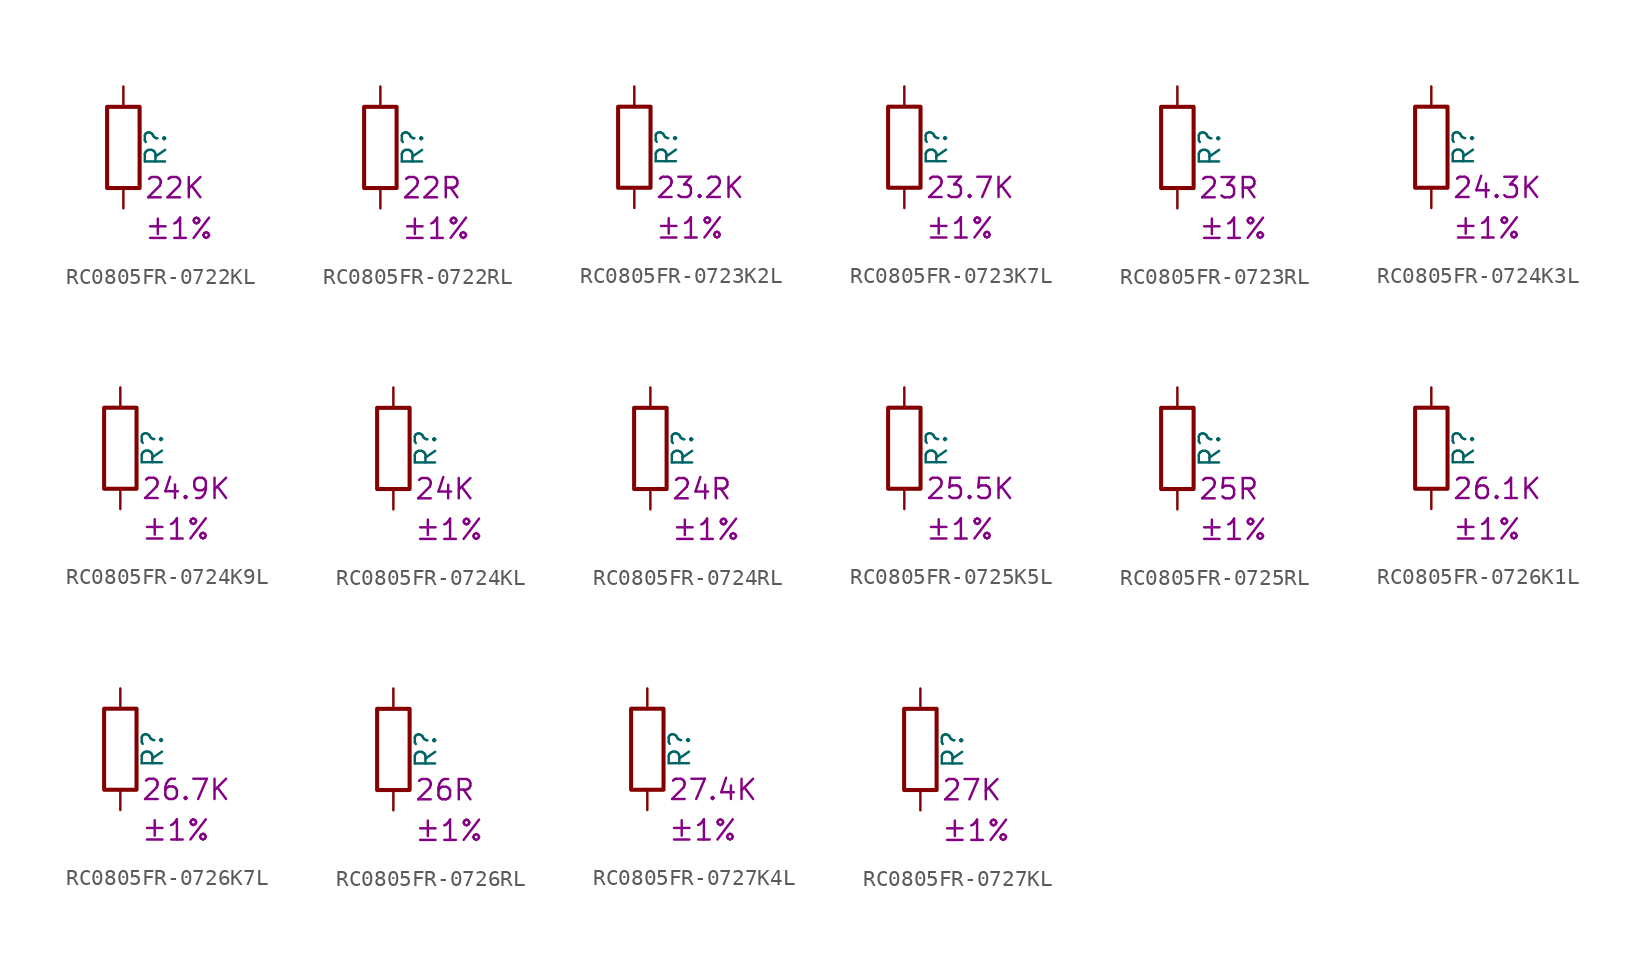
<source format=kicad_sym>
(kicad_symbol_lib
  (version 20220914)
  (generator kicad_symbol_editor)
  (symbol "RC0805FR-0722KL"
    (pin_numbers hide)
    (pin_names
      (offset 0))
    (property "Reference" "R"
      (at 2.032 0 90)
      (effects (font (size 1.27 1.27))))
    (property "Resistance" "22K"
      (at 1.27 -2.54 0)
      (effects (font (size 1.27 1.27)) (justify left)))
    (property "Tolerance" "±1%"
      (at 1.27 -5.08 0)
      (effects (font (size 1.27 1.27)) (justify left)))
    (symbol "RC0805FR-0722KL_0_1"
      (rectangle (start -1.016 -2.54) (end 1.016 2.54) (stroke (width 0.254) (type default)) (fill (type none))))
    (symbol "RC0805FR-0722KL_1_1"
      (pin passive line (at 0 3.81 270) (length 1.27) (name "~" (effects (font (size 1.27 1.27)))) (number "1" (effects (font (size 1.27 1.27)))))
      (pin passive line (at 0 -3.81 90) (length 1.27) (name "~" (effects (font (size 1.27 1.27)))) (number "2" (effects (font (size 1.27 1.27)))))))
  (symbol "RC0805FR-0722RL"
    (pin_numbers hide)
    (pin_names
      (offset 0))
    (property "Reference" "R"
      (at 2.032 0 90)
      (effects (font (size 1.27 1.27))))
    (property "Resistance" "22R"
      (at 1.27 -2.54 0)
      (effects (font (size 1.27 1.27)) (justify left)))
    (property "Tolerance" "±1%"
      (at 1.27 -5.08 0)
      (effects (font (size 1.27 1.27)) (justify left)))
    (symbol "RC0805FR-0722RL_0_1"
      (rectangle (start -1.016 -2.54) (end 1.016 2.54) (stroke (width 0.254) (type default)) (fill (type none))))
    (symbol "RC0805FR-0722RL_1_1"
      (pin passive line (at 0 3.81 270) (length 1.27) (name "~" (effects (font (size 1.27 1.27)))) (number "1" (effects (font (size 1.27 1.27)))))
      (pin passive line (at 0 -3.81 90) (length 1.27) (name "~" (effects (font (size 1.27 1.27)))) (number "2" (effects (font (size 1.27 1.27)))))))
  (symbol "RC0805FR-0723K2L"
    (pin_numbers hide)
    (pin_names
      (offset 0))
    (property "Reference" "R"
      (at 2.032 0 90)
      (effects (font (size 1.27 1.27))))
    (property "Resistance" "23.2K"
      (at 1.27 -2.54 0)
      (effects (font (size 1.27 1.27)) (justify left)))
    (property "Tolerance" "±1%"
      (at 1.27 -5.08 0)
      (effects (font (size 1.27 1.27)) (justify left)))
    (symbol "RC0805FR-0723K2L_0_1"
      (rectangle (start -1.016 -2.54) (end 1.016 2.54) (stroke (width 0.254) (type default)) (fill (type none))))
    (symbol "RC0805FR-0723K2L_1_1"
      (pin passive line (at 0 3.81 270) (length 1.27) (name "~" (effects (font (size 1.27 1.27)))) (number "1" (effects (font (size 1.27 1.27)))))
      (pin passive line (at 0 -3.81 90) (length 1.27) (name "~" (effects (font (size 1.27 1.27)))) (number "2" (effects (font (size 1.27 1.27)))))))
  (symbol "RC0805FR-0723K7L"
    (pin_numbers hide)
    (pin_names
      (offset 0))
    (property "Reference" "R"
      (at 2.032 0 90)
      (effects (font (size 1.27 1.27))))
    (property "Resistance" "23.7K"
      (at 1.27 -2.54 0)
      (effects (font (size 1.27 1.27)) (justify left)))
    (property "Tolerance" "±1%"
      (at 1.27 -5.08 0)
      (effects (font (size 1.27 1.27)) (justify left)))
    (symbol "RC0805FR-0723K7L_0_1"
      (rectangle (start -1.016 -2.54) (end 1.016 2.54) (stroke (width 0.254) (type default)) (fill (type none))))
    (symbol "RC0805FR-0723K7L_1_1"
      (pin passive line (at 0 3.81 270) (length 1.27) (name "~" (effects (font (size 1.27 1.27)))) (number "1" (effects (font (size 1.27 1.27)))))
      (pin passive line (at 0 -3.81 90) (length 1.27) (name "~" (effects (font (size 1.27 1.27)))) (number "2" (effects (font (size 1.27 1.27)))))))
  (symbol "RC0805FR-0723RL"
    (pin_numbers hide)
    (pin_names
      (offset 0))
    (property "Reference" "R"
      (at 2.032 0 90)
      (effects (font (size 1.27 1.27))))
    (property "Resistance" "23R"
      (at 1.27 -2.54 0)
      (effects (font (size 1.27 1.27)) (justify left)))
    (property "Tolerance" "±1%"
      (at 1.27 -5.08 0)
      (effects (font (size 1.27 1.27)) (justify left)))
    (symbol "RC0805FR-0723RL_0_1"
      (rectangle (start -1.016 -2.54) (end 1.016 2.54) (stroke (width 0.254) (type default)) (fill (type none))))
    (symbol "RC0805FR-0723RL_1_1"
      (pin passive line (at 0 3.81 270) (length 1.27) (name "~" (effects (font (size 1.27 1.27)))) (number "1" (effects (font (size 1.27 1.27)))))
      (pin passive line (at 0 -3.81 90) (length 1.27) (name "~" (effects (font (size 1.27 1.27)))) (number "2" (effects (font (size 1.27 1.27)))))))
  (symbol "RC0805FR-0724K3L"
    (pin_numbers hide)
    (pin_names
      (offset 0))
    (property "Reference" "R"
      (at 2.032 0 90)
      (effects (font (size 1.27 1.27))))
    (property "Resistance" "24.3K"
      (at 1.27 -2.54 0)
      (effects (font (size 1.27 1.27)) (justify left)))
    (property "Tolerance" "±1%"
      (at 1.27 -5.08 0)
      (effects (font (size 1.27 1.27)) (justify left)))
    (symbol "RC0805FR-0724K3L_0_1"
      (rectangle (start -1.016 -2.54) (end 1.016 2.54) (stroke (width 0.254) (type default)) (fill (type none))))
    (symbol "RC0805FR-0724K3L_1_1"
      (pin passive line (at 0 3.81 270) (length 1.27) (name "~" (effects (font (size 1.27 1.27)))) (number "1" (effects (font (size 1.27 1.27)))))
      (pin passive line (at 0 -3.81 90) (length 1.27) (name "~" (effects (font (size 1.27 1.27)))) (number "2" (effects (font (size 1.27 1.27)))))))
  (symbol "RC0805FR-0724K9L"
    (pin_numbers hide)
    (pin_names
      (offset 0))
    (property "Reference" "R"
      (at 2.032 0 90)
      (effects (font (size 1.27 1.27))))
    (property "Resistance" "24.9K"
      (at 1.27 -2.54 0)
      (effects (font (size 1.27 1.27)) (justify left)))
    (property "Tolerance" "±1%"
      (at 1.27 -5.08 0)
      (effects (font (size 1.27 1.27)) (justify left)))
    (symbol "RC0805FR-0724K9L_0_1"
      (rectangle (start -1.016 -2.54) (end 1.016 2.54) (stroke (width 0.254) (type default)) (fill (type none))))
    (symbol "RC0805FR-0724K9L_1_1"
      (pin passive line (at 0 3.81 270) (length 1.27) (name "~" (effects (font (size 1.27 1.27)))) (number "1" (effects (font (size 1.27 1.27)))))
      (pin passive line (at 0 -3.81 90) (length 1.27) (name "~" (effects (font (size 1.27 1.27)))) (number "2" (effects (font (size 1.27 1.27)))))))
  (symbol "RC0805FR-0724KL"
    (pin_numbers hide)
    (pin_names
      (offset 0))
    (property "Reference" "R"
      (at 2.032 0 90)
      (effects (font (size 1.27 1.27))))
    (property "Resistance" "24K"
      (at 1.27 -2.54 0)
      (effects (font (size 1.27 1.27)) (justify left)))
    (property "Tolerance" "±1%"
      (at 1.27 -5.08 0)
      (effects (font (size 1.27 1.27)) (justify left)))
    (symbol "RC0805FR-0724KL_0_1"
      (rectangle (start -1.016 -2.54) (end 1.016 2.54) (stroke (width 0.254) (type default)) (fill (type none))))
    (symbol "RC0805FR-0724KL_1_1"
      (pin passive line (at 0 3.81 270) (length 1.27) (name "~" (effects (font (size 1.27 1.27)))) (number "1" (effects (font (size 1.27 1.27)))))
      (pin passive line (at 0 -3.81 90) (length 1.27) (name "~" (effects (font (size 1.27 1.27)))) (number "2" (effects (font (size 1.27 1.27)))))))
  (symbol "RC0805FR-0724RL"
    (pin_numbers hide)
    (pin_names
      (offset 0))
    (property "Reference" "R"
      (at 2.032 0 90)
      (effects (font (size 1.27 1.27))))
    (property "Resistance" "24R"
      (at 1.27 -2.54 0)
      (effects (font (size 1.27 1.27)) (justify left)))
    (property "Tolerance" "±1%"
      (at 1.27 -5.08 0)
      (effects (font (size 1.27 1.27)) (justify left)))
    (symbol "RC0805FR-0724RL_0_1"
      (rectangle (start -1.016 -2.54) (end 1.016 2.54) (stroke (width 0.254) (type default)) (fill (type none))))
    (symbol "RC0805FR-0724RL_1_1"
      (pin passive line (at 0 3.81 270) (length 1.27) (name "~" (effects (font (size 1.27 1.27)))) (number "1" (effects (font (size 1.27 1.27)))))
      (pin passive line (at 0 -3.81 90) (length 1.27) (name "~" (effects (font (size 1.27 1.27)))) (number "2" (effects (font (size 1.27 1.27)))))))
  (symbol "RC0805FR-0725K5L"
    (pin_numbers hide)
    (pin_names
      (offset 0))
    (property "Reference" "R"
      (at 2.032 0 90)
      (effects (font (size 1.27 1.27))))
    (property "Resistance" "25.5K"
      (at 1.27 -2.54 0)
      (effects (font (size 1.27 1.27)) (justify left)))
    (property "Tolerance" "±1%"
      (at 1.27 -5.08 0)
      (effects (font (size 1.27 1.27)) (justify left)))
    (symbol "RC0805FR-0725K5L_0_1"
      (rectangle (start -1.016 -2.54) (end 1.016 2.54) (stroke (width 0.254) (type default)) (fill (type none))))
    (symbol "RC0805FR-0725K5L_1_1"
      (pin passive line (at 0 3.81 270) (length 1.27) (name "~" (effects (font (size 1.27 1.27)))) (number "1" (effects (font (size 1.27 1.27)))))
      (pin passive line (at 0 -3.81 90) (length 1.27) (name "~" (effects (font (size 1.27 1.27)))) (number "2" (effects (font (size 1.27 1.27)))))))
  (symbol "RC0805FR-0725RL"
    (pin_numbers hide)
    (pin_names
      (offset 0))
    (property "Reference" "R"
      (at 2.032 0 90)
      (effects (font (size 1.27 1.27))))
    (property "Resistance" "25R"
      (at 1.27 -2.54 0)
      (effects (font (size 1.27 1.27)) (justify left)))
    (property "Tolerance" "±1%"
      (at 1.27 -5.08 0)
      (effects (font (size 1.27 1.27)) (justify left)))
    (symbol "RC0805FR-0725RL_0_1"
      (rectangle (start -1.016 -2.54) (end 1.016 2.54) (stroke (width 0.254) (type default)) (fill (type none))))
    (symbol "RC0805FR-0725RL_1_1"
      (pin passive line (at 0 3.81 270) (length 1.27) (name "~" (effects (font (size 1.27 1.27)))) (number "1" (effects (font (size 1.27 1.27)))))
      (pin passive line (at 0 -3.81 90) (length 1.27) (name "~" (effects (font (size 1.27 1.27)))) (number "2" (effects (font (size 1.27 1.27)))))))
  (symbol "RC0805FR-0726K1L"
    (pin_numbers hide)
    (pin_names
      (offset 0))
    (property "Reference" "R"
      (at 2.032 0 90)
      (effects (font (size 1.27 1.27))))
    (property "Resistance" "26.1K"
      (at 1.27 -2.54 0)
      (effects (font (size 1.27 1.27)) (justify left)))
    (property "Tolerance" "±1%"
      (at 1.27 -5.08 0)
      (effects (font (size 1.27 1.27)) (justify left)))
    (symbol "RC0805FR-0726K1L_0_1"
      (rectangle (start -1.016 -2.54) (end 1.016 2.54) (stroke (width 0.254) (type default)) (fill (type none))))
    (symbol "RC0805FR-0726K1L_1_1"
      (pin passive line (at 0 3.81 270) (length 1.27) (name "~" (effects (font (size 1.27 1.27)))) (number "1" (effects (font (size 1.27 1.27)))))
      (pin passive line (at 0 -3.81 90) (length 1.27) (name "~" (effects (font (size 1.27 1.27)))) (number "2" (effects (font (size 1.27 1.27)))))))
  (symbol "RC0805FR-0726K7L"
    (pin_numbers hide)
    (pin_names
      (offset 0))
    (property "Reference" "R"
      (at 2.032 0 90)
      (effects (font (size 1.27 1.27))))
    (property "Resistance" "26.7K"
      (at 1.27 -2.54 0)
      (effects (font (size 1.27 1.27)) (justify left)))
    (property "Tolerance" "±1%"
      (at 1.27 -5.08 0)
      (effects (font (size 1.27 1.27)) (justify left)))
    (symbol "RC0805FR-0726K7L_0_1"
      (rectangle (start -1.016 -2.54) (end 1.016 2.54) (stroke (width 0.254) (type default)) (fill (type none))))
    (symbol "RC0805FR-0726K7L_1_1"
      (pin passive line (at 0 3.81 270) (length 1.27) (name "~" (effects (font (size 1.27 1.27)))) (number "1" (effects (font (size 1.27 1.27)))))
      (pin passive line (at 0 -3.81 90) (length 1.27) (name "~" (effects (font (size 1.27 1.27)))) (number "2" (effects (font (size 1.27 1.27)))))))
  (symbol "RC0805FR-0726RL"
    (pin_numbers hide)
    (pin_names
      (offset 0))
    (property "Reference" "R"
      (at 2.032 0 90)
      (effects (font (size 1.27 1.27))))
    (property "Resistance" "26R"
      (at 1.27 -2.54 0)
      (effects (font (size 1.27 1.27)) (justify left)))
    (property "Tolerance" "±1%"
      (at 1.27 -5.08 0)
      (effects (font (size 1.27 1.27)) (justify left)))
    (symbol "RC0805FR-0726RL_0_1"
      (rectangle (start -1.016 -2.54) (end 1.016 2.54) (stroke (width 0.254) (type default)) (fill (type none))))
    (symbol "RC0805FR-0726RL_1_1"
      (pin passive line (at 0 3.81 270) (length 1.27) (name "~" (effects (font (size 1.27 1.27)))) (number "1" (effects (font (size 1.27 1.27)))))
      (pin passive line (at 0 -3.81 90) (length 1.27) (name "~" (effects (font (size 1.27 1.27)))) (number "2" (effects (font (size 1.27 1.27)))))))
  (symbol "RC0805FR-0727K4L"
    (pin_numbers hide)
    (pin_names
      (offset 0))
    (property "Reference" "R"
      (at 2.032 0 90)
      (effects (font (size 1.27 1.27))))
    (property "Resistance" "27.4K"
      (at 1.27 -2.54 0)
      (effects (font (size 1.27 1.27)) (justify left)))
    (property "Tolerance" "±1%"
      (at 1.27 -5.08 0)
      (effects (font (size 1.27 1.27)) (justify left)))
    (symbol "RC0805FR-0727K4L_0_1"
      (rectangle (start -1.016 -2.54) (end 1.016 2.54) (stroke (width 0.254) (type default)) (fill (type none))))
    (symbol "RC0805FR-0727K4L_1_1"
      (pin passive line (at 0 3.81 270) (length 1.27) (name "~" (effects (font (size 1.27 1.27)))) (number "1" (effects (font (size 1.27 1.27)))))
      (pin passive line (at 0 -3.81 90) (length 1.27) (name "~" (effects (font (size 1.27 1.27)))) (number "2" (effects (font (size 1.27 1.27)))))))
  (symbol "RC0805FR-0727KL"
    (pin_numbers hide)
    (pin_names
      (offset 0))
    (property "Reference" "R"
      (at 2.032 0 90)
      (effects (font (size 1.27 1.27))))
    (property "Resistance" "27K"
      (at 1.27 -2.54 0)
      (effects (font (size 1.27 1.27)) (justify left)))
    (property "Tolerance" "±1%"
      (at 1.27 -5.08 0)
      (effects (font (size 1.27 1.27)) (justify left)))
    (symbol "RC0805FR-0727KL_0_1"
      (rectangle (start -1.016 -2.54) (end 1.016 2.54) (stroke (width 0.254) (type default)) (fill (type none))))
    (symbol "RC0805FR-0727KL_1_1"
      (pin passive line (at 0 3.81 270) (length 1.27) (name "~" (effects (font (size 1.27 1.27)))) (number "1" (effects (font (size 1.27 1.27)))))
      (pin passive line (at 0 -3.81 90) (length 1.27) (name "~" (effects (font (size 1.27 1.27)))) (number "2" (effects (font (size 1.27 1.27))))))))
</source>
